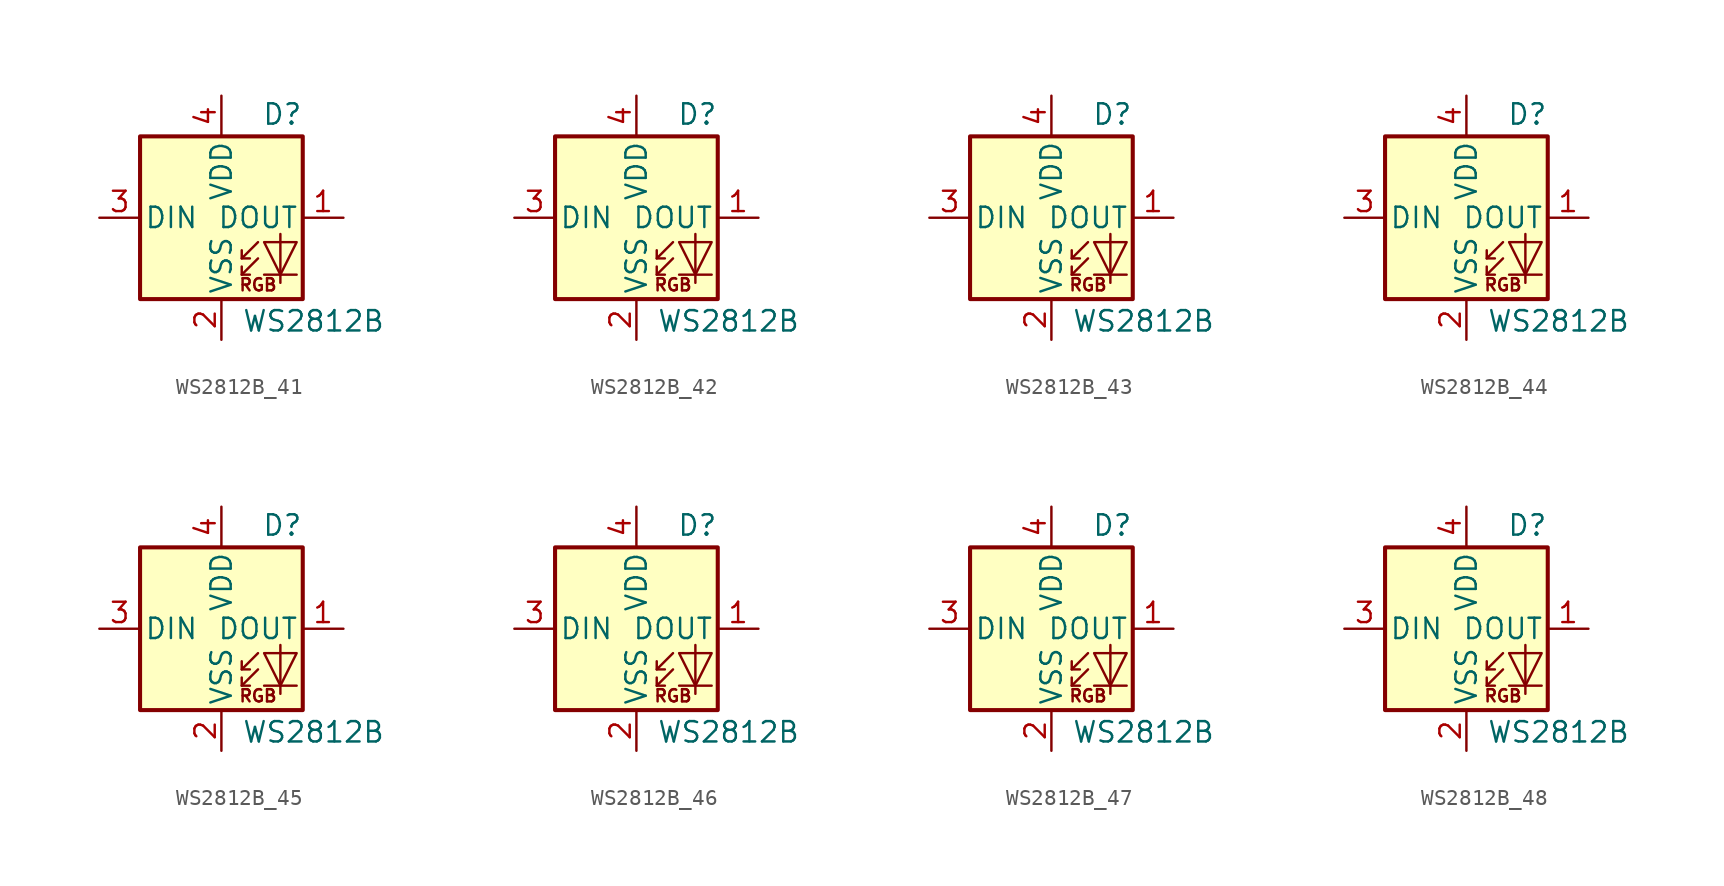
<source format=kicad_sym>
(kicad_symbol_lib
  (version 20220914)
  (generator kicad_symbol_editor)
  (symbol "WS2812B_41"
    (pin_names
      (offset 0.254))
    (property "Reference" "D"
      (at 5.08 5.715 0)
      (effects (font (size 1.27 1.27)) (justify right bottom)))
    (property "Value" "WS2812B"
      (at 1.27 -5.715 0)
      (effects (font (size 1.27 1.27)) (justify left top)))
    (symbol "WS2812B_41_0_0"
      (text "RGB" (at 2.286 -4.191 0) (effects (font (size 0.762 0.762)))))
    (symbol "WS2812B_41_0_1"
      (polyline (pts (xy 1.27 -3.556) (xy 1.778 -3.556)) (stroke (width 0) (type default)) (fill (type none)))
      (polyline (pts (xy 1.27 -2.54) (xy 1.778 -2.54)) (stroke (width 0) (type default)) (fill (type none)))
      (polyline (pts (xy 4.699 -3.556) (xy 2.667 -3.556)) (stroke (width 0) (type default)) (fill (type none)))
      (polyline (pts (xy 2.286 -2.54) (xy 1.27 -3.556) (xy 1.27 -3.048)) (stroke (width 0) (type default)) (fill (type none)))
      (polyline (pts (xy 2.286 -1.524) (xy 1.27 -2.54) (xy 1.27 -2.032)) (stroke (width 0) (type default)) (fill (type none)))
      (polyline (pts (xy 3.683 -1.016) (xy 3.683 -3.556) (xy 3.683 -4.064)) (stroke (width 0) (type default)) (fill (type none)))
      (polyline (pts (xy 4.699 -1.524) (xy 2.667 -1.524) (xy 3.683 -3.556) (xy 4.699 -1.524)) (stroke (width 0) (type default)) (fill (type none)))
      (rectangle (start 5.08 5.08) (end -5.08 -5.08) (stroke (width 0.254) (type default)) (fill (type background))))
    (symbol "WS2812B_41_1_1"
      (pin output line (at 7.62 0 180) (length 2.54) (name "DOUT" (effects (font (size 1.27 1.27)))) (number "1" (effects (font (size 1.27 1.27)))))
      (pin power_in line (at 0 -7.62 90) (length 2.54) (name "VSS" (effects (font (size 1.27 1.27)))) (number "2" (effects (font (size 1.27 1.27)))))
      (pin input line (at -7.62 0 0) (length 2.54) (name "DIN" (effects (font (size 1.27 1.27)))) (number "3" (effects (font (size 1.27 1.27)))))
      (pin power_in line (at 0 7.62 270) (length 2.54) (name "VDD" (effects (font (size 1.27 1.27)))) (number "4" (effects (font (size 1.27 1.27)))))))
  (symbol "WS2812B_42"
    (pin_names
      (offset 0.254))
    (property "Reference" "D"
      (at 5.08 5.715 0)
      (effects (font (size 1.27 1.27)) (justify right bottom)))
    (property "Value" "WS2812B"
      (at 1.27 -5.715 0)
      (effects (font (size 1.27 1.27)) (justify left top)))
    (symbol "WS2812B_42_0_0"
      (text "RGB" (at 2.286 -4.191 0) (effects (font (size 0.762 0.762)))))
    (symbol "WS2812B_42_0_1"
      (polyline (pts (xy 1.27 -3.556) (xy 1.778 -3.556)) (stroke (width 0) (type default)) (fill (type none)))
      (polyline (pts (xy 1.27 -2.54) (xy 1.778 -2.54)) (stroke (width 0) (type default)) (fill (type none)))
      (polyline (pts (xy 4.699 -3.556) (xy 2.667 -3.556)) (stroke (width 0) (type default)) (fill (type none)))
      (polyline (pts (xy 2.286 -2.54) (xy 1.27 -3.556) (xy 1.27 -3.048)) (stroke (width 0) (type default)) (fill (type none)))
      (polyline (pts (xy 2.286 -1.524) (xy 1.27 -2.54) (xy 1.27 -2.032)) (stroke (width 0) (type default)) (fill (type none)))
      (polyline (pts (xy 3.683 -1.016) (xy 3.683 -3.556) (xy 3.683 -4.064)) (stroke (width 0) (type default)) (fill (type none)))
      (polyline (pts (xy 4.699 -1.524) (xy 2.667 -1.524) (xy 3.683 -3.556) (xy 4.699 -1.524)) (stroke (width 0) (type default)) (fill (type none)))
      (rectangle (start 5.08 5.08) (end -5.08 -5.08) (stroke (width 0.254) (type default)) (fill (type background))))
    (symbol "WS2812B_42_1_1"
      (pin output line (at 7.62 0 180) (length 2.54) (name "DOUT" (effects (font (size 1.27 1.27)))) (number "1" (effects (font (size 1.27 1.27)))))
      (pin power_in line (at 0 -7.62 90) (length 2.54) (name "VSS" (effects (font (size 1.27 1.27)))) (number "2" (effects (font (size 1.27 1.27)))))
      (pin input line (at -7.62 0 0) (length 2.54) (name "DIN" (effects (font (size 1.27 1.27)))) (number "3" (effects (font (size 1.27 1.27)))))
      (pin power_in line (at 0 7.62 270) (length 2.54) (name "VDD" (effects (font (size 1.27 1.27)))) (number "4" (effects (font (size 1.27 1.27)))))))
  (symbol "WS2812B_43"
    (pin_names
      (offset 0.254))
    (property "Reference" "D"
      (at 5.08 5.715 0)
      (effects (font (size 1.27 1.27)) (justify right bottom)))
    (property "Value" "WS2812B"
      (at 1.27 -5.715 0)
      (effects (font (size 1.27 1.27)) (justify left top)))
    (symbol "WS2812B_43_0_0"
      (text "RGB" (at 2.286 -4.191 0) (effects (font (size 0.762 0.762)))))
    (symbol "WS2812B_43_0_1"
      (polyline (pts (xy 1.27 -3.556) (xy 1.778 -3.556)) (stroke (width 0) (type default)) (fill (type none)))
      (polyline (pts (xy 1.27 -2.54) (xy 1.778 -2.54)) (stroke (width 0) (type default)) (fill (type none)))
      (polyline (pts (xy 4.699 -3.556) (xy 2.667 -3.556)) (stroke (width 0) (type default)) (fill (type none)))
      (polyline (pts (xy 2.286 -2.54) (xy 1.27 -3.556) (xy 1.27 -3.048)) (stroke (width 0) (type default)) (fill (type none)))
      (polyline (pts (xy 2.286 -1.524) (xy 1.27 -2.54) (xy 1.27 -2.032)) (stroke (width 0) (type default)) (fill (type none)))
      (polyline (pts (xy 3.683 -1.016) (xy 3.683 -3.556) (xy 3.683 -4.064)) (stroke (width 0) (type default)) (fill (type none)))
      (polyline (pts (xy 4.699 -1.524) (xy 2.667 -1.524) (xy 3.683 -3.556) (xy 4.699 -1.524)) (stroke (width 0) (type default)) (fill (type none)))
      (rectangle (start 5.08 5.08) (end -5.08 -5.08) (stroke (width 0.254) (type default)) (fill (type background))))
    (symbol "WS2812B_43_1_1"
      (pin output line (at 7.62 0 180) (length 2.54) (name "DOUT" (effects (font (size 1.27 1.27)))) (number "1" (effects (font (size 1.27 1.27)))))
      (pin power_in line (at 0 -7.62 90) (length 2.54) (name "VSS" (effects (font (size 1.27 1.27)))) (number "2" (effects (font (size 1.27 1.27)))))
      (pin input line (at -7.62 0 0) (length 2.54) (name "DIN" (effects (font (size 1.27 1.27)))) (number "3" (effects (font (size 1.27 1.27)))))
      (pin power_in line (at 0 7.62 270) (length 2.54) (name "VDD" (effects (font (size 1.27 1.27)))) (number "4" (effects (font (size 1.27 1.27)))))))
  (symbol "WS2812B_44"
    (pin_names
      (offset 0.254))
    (property "Reference" "D"
      (at 5.08 5.715 0)
      (effects (font (size 1.27 1.27)) (justify right bottom)))
    (property "Value" "WS2812B"
      (at 1.27 -5.715 0)
      (effects (font (size 1.27 1.27)) (justify left top)))
    (symbol "WS2812B_44_0_0"
      (text "RGB" (at 2.286 -4.191 0) (effects (font (size 0.762 0.762)))))
    (symbol "WS2812B_44_0_1"
      (polyline (pts (xy 1.27 -3.556) (xy 1.778 -3.556)) (stroke (width 0) (type default)) (fill (type none)))
      (polyline (pts (xy 1.27 -2.54) (xy 1.778 -2.54)) (stroke (width 0) (type default)) (fill (type none)))
      (polyline (pts (xy 4.699 -3.556) (xy 2.667 -3.556)) (stroke (width 0) (type default)) (fill (type none)))
      (polyline (pts (xy 2.286 -2.54) (xy 1.27 -3.556) (xy 1.27 -3.048)) (stroke (width 0) (type default)) (fill (type none)))
      (polyline (pts (xy 2.286 -1.524) (xy 1.27 -2.54) (xy 1.27 -2.032)) (stroke (width 0) (type default)) (fill (type none)))
      (polyline (pts (xy 3.683 -1.016) (xy 3.683 -3.556) (xy 3.683 -4.064)) (stroke (width 0) (type default)) (fill (type none)))
      (polyline (pts (xy 4.699 -1.524) (xy 2.667 -1.524) (xy 3.683 -3.556) (xy 4.699 -1.524)) (stroke (width 0) (type default)) (fill (type none)))
      (rectangle (start 5.08 5.08) (end -5.08 -5.08) (stroke (width 0.254) (type default)) (fill (type background))))
    (symbol "WS2812B_44_1_1"
      (pin output line (at 7.62 0 180) (length 2.54) (name "DOUT" (effects (font (size 1.27 1.27)))) (number "1" (effects (font (size 1.27 1.27)))))
      (pin power_in line (at 0 -7.62 90) (length 2.54) (name "VSS" (effects (font (size 1.27 1.27)))) (number "2" (effects (font (size 1.27 1.27)))))
      (pin input line (at -7.62 0 0) (length 2.54) (name "DIN" (effects (font (size 1.27 1.27)))) (number "3" (effects (font (size 1.27 1.27)))))
      (pin power_in line (at 0 7.62 270) (length 2.54) (name "VDD" (effects (font (size 1.27 1.27)))) (number "4" (effects (font (size 1.27 1.27)))))))
  (symbol "WS2812B_45"
    (pin_names
      (offset 0.254))
    (property "Reference" "D"
      (at 5.08 5.715 0)
      (effects (font (size 1.27 1.27)) (justify right bottom)))
    (property "Value" "WS2812B"
      (at 1.27 -5.715 0)
      (effects (font (size 1.27 1.27)) (justify left top)))
    (symbol "WS2812B_45_0_0"
      (text "RGB" (at 2.286 -4.191 0) (effects (font (size 0.762 0.762)))))
    (symbol "WS2812B_45_0_1"
      (polyline (pts (xy 1.27 -3.556) (xy 1.778 -3.556)) (stroke (width 0) (type default)) (fill (type none)))
      (polyline (pts (xy 1.27 -2.54) (xy 1.778 -2.54)) (stroke (width 0) (type default)) (fill (type none)))
      (polyline (pts (xy 4.699 -3.556) (xy 2.667 -3.556)) (stroke (width 0) (type default)) (fill (type none)))
      (polyline (pts (xy 2.286 -2.54) (xy 1.27 -3.556) (xy 1.27 -3.048)) (stroke (width 0) (type default)) (fill (type none)))
      (polyline (pts (xy 2.286 -1.524) (xy 1.27 -2.54) (xy 1.27 -2.032)) (stroke (width 0) (type default)) (fill (type none)))
      (polyline (pts (xy 3.683 -1.016) (xy 3.683 -3.556) (xy 3.683 -4.064)) (stroke (width 0) (type default)) (fill (type none)))
      (polyline (pts (xy 4.699 -1.524) (xy 2.667 -1.524) (xy 3.683 -3.556) (xy 4.699 -1.524)) (stroke (width 0) (type default)) (fill (type none)))
      (rectangle (start 5.08 5.08) (end -5.08 -5.08) (stroke (width 0.254) (type default)) (fill (type background))))
    (symbol "WS2812B_45_1_1"
      (pin output line (at 7.62 0 180) (length 2.54) (name "DOUT" (effects (font (size 1.27 1.27)))) (number "1" (effects (font (size 1.27 1.27)))))
      (pin power_in line (at 0 -7.62 90) (length 2.54) (name "VSS" (effects (font (size 1.27 1.27)))) (number "2" (effects (font (size 1.27 1.27)))))
      (pin input line (at -7.62 0 0) (length 2.54) (name "DIN" (effects (font (size 1.27 1.27)))) (number "3" (effects (font (size 1.27 1.27)))))
      (pin power_in line (at 0 7.62 270) (length 2.54) (name "VDD" (effects (font (size 1.27 1.27)))) (number "4" (effects (font (size 1.27 1.27)))))))
  (symbol "WS2812B_46"
    (pin_names
      (offset 0.254))
    (property "Reference" "D"
      (at 5.08 5.715 0)
      (effects (font (size 1.27 1.27)) (justify right bottom)))
    (property "Value" "WS2812B"
      (at 1.27 -5.715 0)
      (effects (font (size 1.27 1.27)) (justify left top)))
    (symbol "WS2812B_46_0_0"
      (text "RGB" (at 2.286 -4.191 0) (effects (font (size 0.762 0.762)))))
    (symbol "WS2812B_46_0_1"
      (polyline (pts (xy 1.27 -3.556) (xy 1.778 -3.556)) (stroke (width 0) (type default)) (fill (type none)))
      (polyline (pts (xy 1.27 -2.54) (xy 1.778 -2.54)) (stroke (width 0) (type default)) (fill (type none)))
      (polyline (pts (xy 4.699 -3.556) (xy 2.667 -3.556)) (stroke (width 0) (type default)) (fill (type none)))
      (polyline (pts (xy 2.286 -2.54) (xy 1.27 -3.556) (xy 1.27 -3.048)) (stroke (width 0) (type default)) (fill (type none)))
      (polyline (pts (xy 2.286 -1.524) (xy 1.27 -2.54) (xy 1.27 -2.032)) (stroke (width 0) (type default)) (fill (type none)))
      (polyline (pts (xy 3.683 -1.016) (xy 3.683 -3.556) (xy 3.683 -4.064)) (stroke (width 0) (type default)) (fill (type none)))
      (polyline (pts (xy 4.699 -1.524) (xy 2.667 -1.524) (xy 3.683 -3.556) (xy 4.699 -1.524)) (stroke (width 0) (type default)) (fill (type none)))
      (rectangle (start 5.08 5.08) (end -5.08 -5.08) (stroke (width 0.254) (type default)) (fill (type background))))
    (symbol "WS2812B_46_1_1"
      (pin output line (at 7.62 0 180) (length 2.54) (name "DOUT" (effects (font (size 1.27 1.27)))) (number "1" (effects (font (size 1.27 1.27)))))
      (pin power_in line (at 0 -7.62 90) (length 2.54) (name "VSS" (effects (font (size 1.27 1.27)))) (number "2" (effects (font (size 1.27 1.27)))))
      (pin input line (at -7.62 0 0) (length 2.54) (name "DIN" (effects (font (size 1.27 1.27)))) (number "3" (effects (font (size 1.27 1.27)))))
      (pin power_in line (at 0 7.62 270) (length 2.54) (name "VDD" (effects (font (size 1.27 1.27)))) (number "4" (effects (font (size 1.27 1.27)))))))
  (symbol "WS2812B_47"
    (pin_names
      (offset 0.254))
    (property "Reference" "D"
      (at 5.08 5.715 0)
      (effects (font (size 1.27 1.27)) (justify right bottom)))
    (property "Value" "WS2812B"
      (at 1.27 -5.715 0)
      (effects (font (size 1.27 1.27)) (justify left top)))
    (symbol "WS2812B_47_0_0"
      (text "RGB" (at 2.286 -4.191 0) (effects (font (size 0.762 0.762)))))
    (symbol "WS2812B_47_0_1"
      (polyline (pts (xy 1.27 -3.556) (xy 1.778 -3.556)) (stroke (width 0) (type default)) (fill (type none)))
      (polyline (pts (xy 1.27 -2.54) (xy 1.778 -2.54)) (stroke (width 0) (type default)) (fill (type none)))
      (polyline (pts (xy 4.699 -3.556) (xy 2.667 -3.556)) (stroke (width 0) (type default)) (fill (type none)))
      (polyline (pts (xy 2.286 -2.54) (xy 1.27 -3.556) (xy 1.27 -3.048)) (stroke (width 0) (type default)) (fill (type none)))
      (polyline (pts (xy 2.286 -1.524) (xy 1.27 -2.54) (xy 1.27 -2.032)) (stroke (width 0) (type default)) (fill (type none)))
      (polyline (pts (xy 3.683 -1.016) (xy 3.683 -3.556) (xy 3.683 -4.064)) (stroke (width 0) (type default)) (fill (type none)))
      (polyline (pts (xy 4.699 -1.524) (xy 2.667 -1.524) (xy 3.683 -3.556) (xy 4.699 -1.524)) (stroke (width 0) (type default)) (fill (type none)))
      (rectangle (start 5.08 5.08) (end -5.08 -5.08) (stroke (width 0.254) (type default)) (fill (type background))))
    (symbol "WS2812B_47_1_1"
      (pin output line (at 7.62 0 180) (length 2.54) (name "DOUT" (effects (font (size 1.27 1.27)))) (number "1" (effects (font (size 1.27 1.27)))))
      (pin power_in line (at 0 -7.62 90) (length 2.54) (name "VSS" (effects (font (size 1.27 1.27)))) (number "2" (effects (font (size 1.27 1.27)))))
      (pin input line (at -7.62 0 0) (length 2.54) (name "DIN" (effects (font (size 1.27 1.27)))) (number "3" (effects (font (size 1.27 1.27)))))
      (pin power_in line (at 0 7.62 270) (length 2.54) (name "VDD" (effects (font (size 1.27 1.27)))) (number "4" (effects (font (size 1.27 1.27)))))))
  (symbol "WS2812B_48"
    (pin_names
      (offset 0.254))
    (property "Reference" "D"
      (at 5.08 5.715 0)
      (effects (font (size 1.27 1.27)) (justify right bottom)))
    (property "Value" "WS2812B"
      (at 1.27 -5.715 0)
      (effects (font (size 1.27 1.27)) (justify left top)))
    (symbol "WS2812B_48_0_0"
      (text "RGB" (at 2.286 -4.191 0) (effects (font (size 0.762 0.762)))))
    (symbol "WS2812B_48_0_1"
      (polyline (pts (xy 1.27 -3.556) (xy 1.778 -3.556)) (stroke (width 0) (type default)) (fill (type none)))
      (polyline (pts (xy 1.27 -2.54) (xy 1.778 -2.54)) (stroke (width 0) (type default)) (fill (type none)))
      (polyline (pts (xy 4.699 -3.556) (xy 2.667 -3.556)) (stroke (width 0) (type default)) (fill (type none)))
      (polyline (pts (xy 2.286 -2.54) (xy 1.27 -3.556) (xy 1.27 -3.048)) (stroke (width 0) (type default)) (fill (type none)))
      (polyline (pts (xy 2.286 -1.524) (xy 1.27 -2.54) (xy 1.27 -2.032)) (stroke (width 0) (type default)) (fill (type none)))
      (polyline (pts (xy 3.683 -1.016) (xy 3.683 -3.556) (xy 3.683 -4.064)) (stroke (width 0) (type default)) (fill (type none)))
      (polyline (pts (xy 4.699 -1.524) (xy 2.667 -1.524) (xy 3.683 -3.556) (xy 4.699 -1.524)) (stroke (width 0) (type default)) (fill (type none)))
      (rectangle (start 5.08 5.08) (end -5.08 -5.08) (stroke (width 0.254) (type default)) (fill (type background))))
    (symbol "WS2812B_48_1_1"
      (pin output line (at 7.62 0 180) (length 2.54) (name "DOUT" (effects (font (size 1.27 1.27)))) (number "1" (effects (font (size 1.27 1.27)))))
      (pin power_in line (at 0 -7.62 90) (length 2.54) (name "VSS" (effects (font (size 1.27 1.27)))) (number "2" (effects (font (size 1.27 1.27)))))
      (pin input line (at -7.62 0 0) (length 2.54) (name "DIN" (effects (font (size 1.27 1.27)))) (number "3" (effects (font (size 1.27 1.27)))))
      (pin power_in line (at 0 7.62 270) (length 2.54) (name "VDD" (effects (font (size 1.27 1.27)))) (number "4" (effects (font (size 1.27 1.27))))))))
</source>
